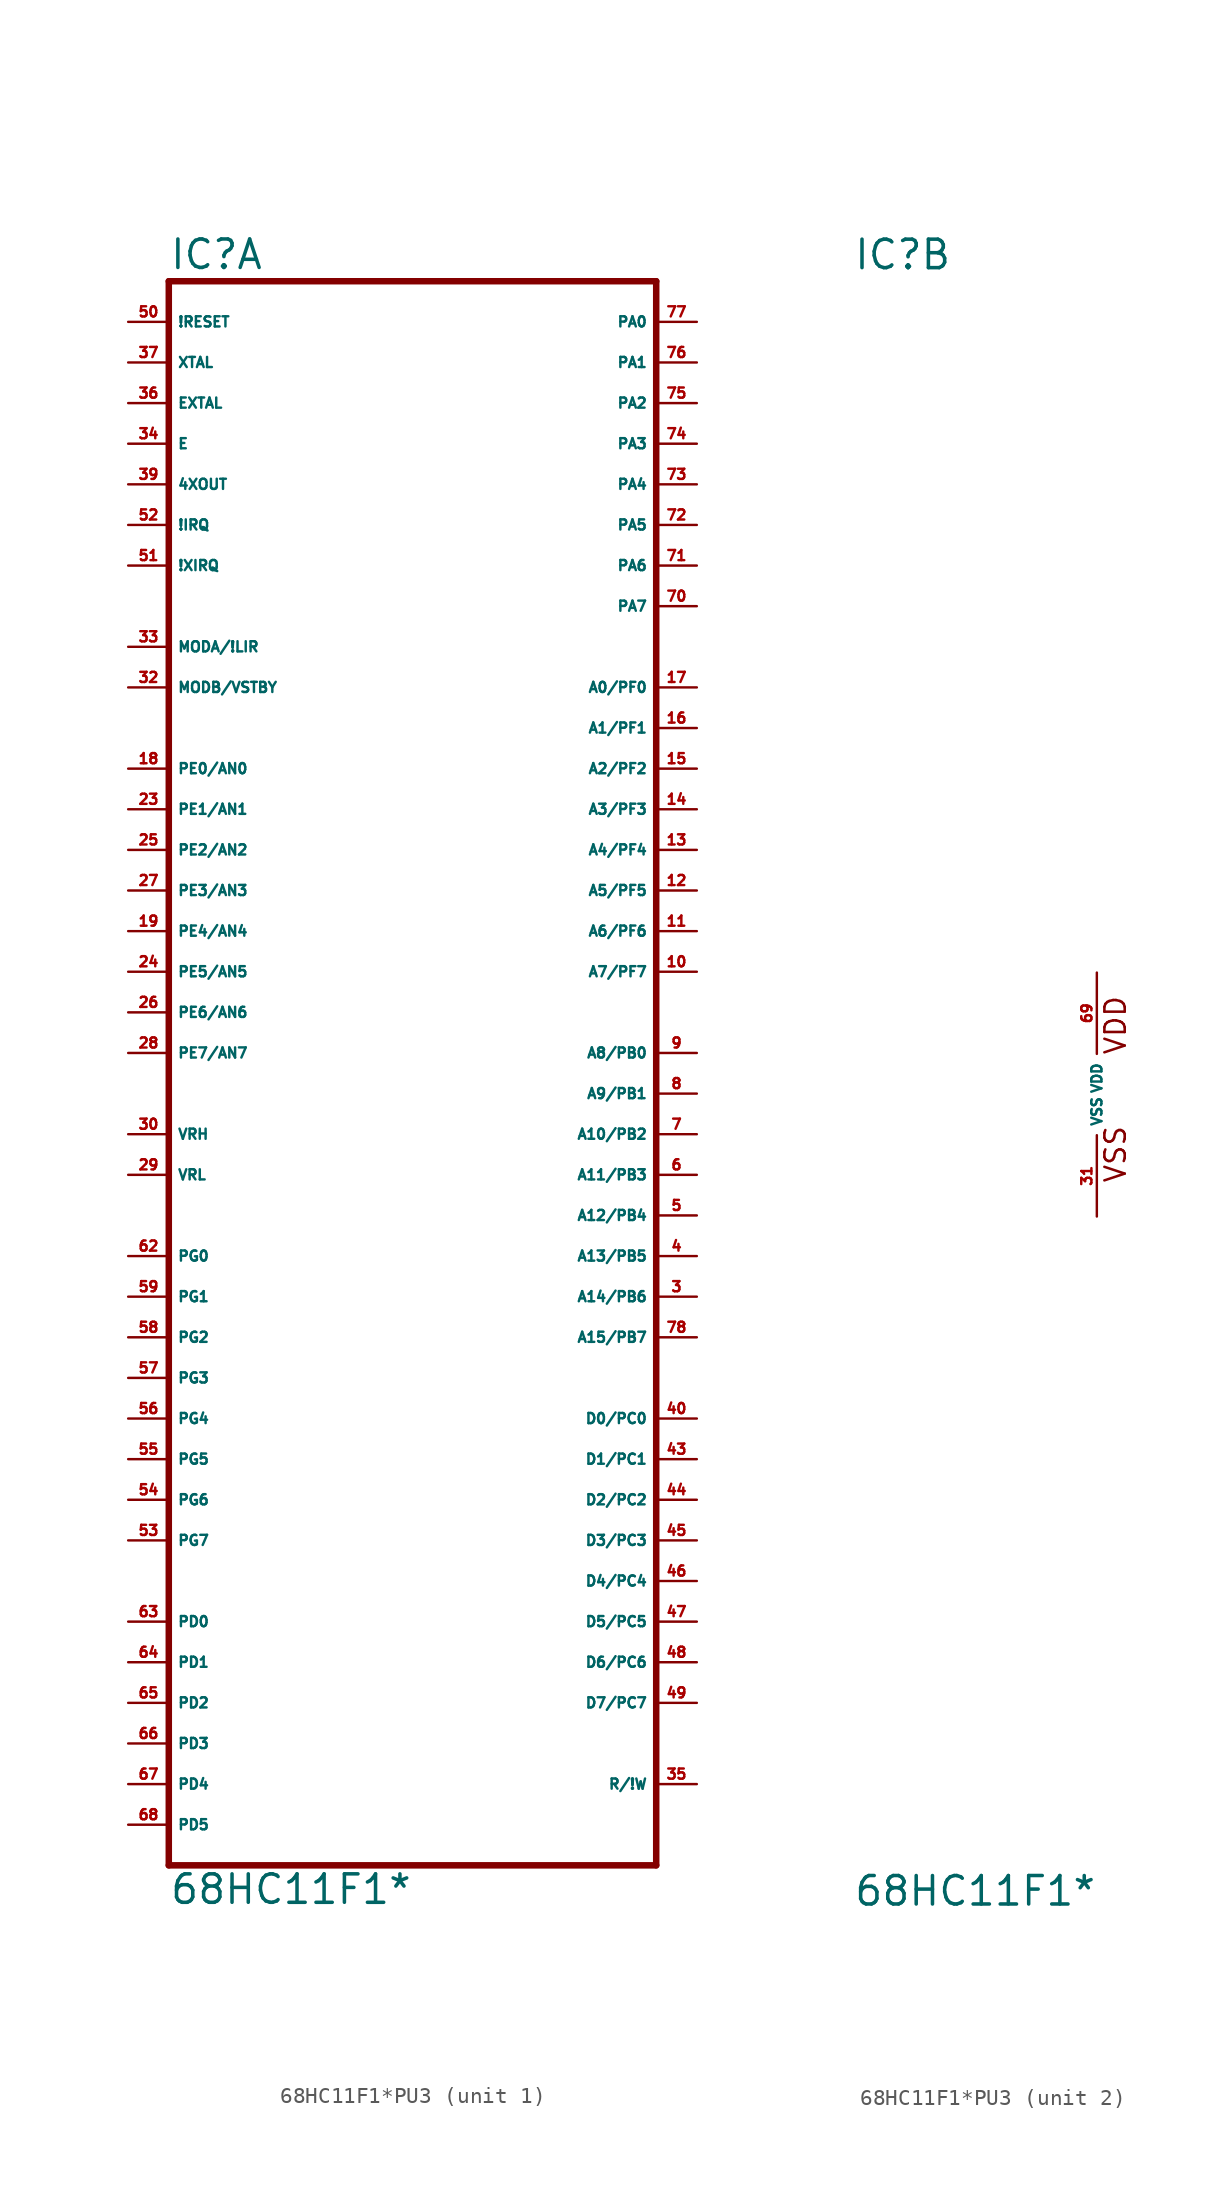
<source format=kicad_sym>
(kicad_symbol_lib
  (version 20220914)
  (generator Eagle2Kicad)
  (symbol "68HC11F1*PU3"
    (property "Reference" "IC"
      (at -15.24 51.435 0)
      (effects (font (size 1.778 1.778) (thickness 0.22)) (justify left bottom)))
    (property "Value" "68HC11F1*"
      (at -15.24 -50.8 0)
      (effects (font (size 1.778 1.778) (thickness 0.22)) (justify left bottom)))
    (symbol "68HC11F1*PU3_1_0"
      (polyline (pts (xy -15.24 -48.26) (xy 15.24 -48.26)) (stroke (width 0.406) (type default)) (fill (type none)))
      (polyline (pts (xy 15.24 -48.26) (xy 15.24 50.8)) (stroke (width 0.406) (type default)) (fill (type none)))
      (polyline (pts (xy 15.24 50.8) (xy -15.24 50.8)) (stroke (width 0.406) (type default)) (fill (type none)))
      (polyline (pts (xy -15.24 50.8) (xy -15.24 -48.26)) (stroke (width 0.406) (type default)) (fill (type none)))
      (pin bidirectional line (at -17.78 27.94 0) (length 2.54) (name "MODA/!LIR" (effects (font (size 0.635 0.635) (thickness 0.08)) (justify left bottom))) (number "33" (effects (font (size 0.635 0.635) (thickness 0.08)) (justify left bottom))))
      (pin output line (at -17.78 40.64 0) (length 2.54) (name "E" (effects (font (size 0.635 0.635) (thickness 0.08)) (justify left bottom))) (number "34" (effects (font (size 0.635 0.635) (thickness 0.08)) (justify left bottom))))
      (pin bidirectional line (at 17.78 -43.18 180) (length 2.54) (name "R/!W" (effects (font (size 0.635 0.635) (thickness 0.08)) (justify left bottom))) (number "35" (effects (font (size 0.635 0.635) (thickness 0.08)) (justify left bottom))))
      (pin input line (at -17.78 43.18 0) (length 2.54) (name "EXTAL" (effects (font (size 0.635 0.635) (thickness 0.08)) (justify left bottom))) (number "36" (effects (font (size 0.635 0.635) (thickness 0.08)) (justify left bottom))))
      (pin output line (at -17.78 45.72 0) (length 2.54) (name "XTAL" (effects (font (size 0.635 0.635) (thickness 0.08)) (justify left bottom))) (number "37" (effects (font (size 0.635 0.635) (thickness 0.08)) (justify left bottom))))
      (pin tri_state line (at 17.78 -20.32 180) (length 2.54) (name "D0/PC0" (effects (font (size 0.635 0.635) (thickness 0.08)) (justify left bottom))) (number "40" (effects (font (size 0.635 0.635) (thickness 0.08)) (justify left bottom))))
      (pin bidirectional line (at -17.78 48.26 0) (length 2.54) (name "!RESET" (effects (font (size 0.635 0.635) (thickness 0.08)) (justify left bottom))) (number "50" (effects (font (size 0.635 0.635) (thickness 0.08)) (justify left bottom))))
      (pin input line (at -17.78 33.02 0) (length 2.54) (name "!XIRQ" (effects (font (size 0.635 0.635) (thickness 0.08)) (justify left bottom))) (number "51" (effects (font (size 0.635 0.635) (thickness 0.08)) (justify left bottom))))
      (pin input line (at -17.78 35.56 0) (length 2.54) (name "!IRQ" (effects (font (size 0.635 0.635) (thickness 0.08)) (justify left bottom))) (number "52" (effects (font (size 0.635 0.635) (thickness 0.08)) (justify left bottom))))
      (pin bidirectional line (at -17.78 -33.02 0) (length 2.54) (name "PD0" (effects (font (size 0.635 0.635) (thickness 0.08)) (justify left bottom))) (number "63" (effects (font (size 0.635 0.635) (thickness 0.08)) (justify left bottom))))
      (pin bidirectional line (at -17.78 -35.56 0) (length 2.54) (name "PD1" (effects (font (size 0.635 0.635) (thickness 0.08)) (justify left bottom))) (number "64" (effects (font (size 0.635 0.635) (thickness 0.08)) (justify left bottom))))
      (pin bidirectional line (at -17.78 -38.1 0) (length 2.54) (name "PD2" (effects (font (size 0.635 0.635) (thickness 0.08)) (justify left bottom))) (number "65" (effects (font (size 0.635 0.635) (thickness 0.08)) (justify left bottom))))
      (pin bidirectional line (at -17.78 -40.64 0) (length 2.54) (name "PD3" (effects (font (size 0.635 0.635) (thickness 0.08)) (justify left bottom))) (number "66" (effects (font (size 0.635 0.635) (thickness 0.08)) (justify left bottom))))
      (pin bidirectional line (at -17.78 -43.18 0) (length 2.54) (name "PD4" (effects (font (size 0.635 0.635) (thickness 0.08)) (justify left bottom))) (number "67" (effects (font (size 0.635 0.635) (thickness 0.08)) (justify left bottom))))
      (pin bidirectional line (at -17.78 -45.72 0) (length 2.54) (name "PD5" (effects (font (size 0.635 0.635) (thickness 0.08)) (justify left bottom))) (number "68" (effects (font (size 0.635 0.635) (thickness 0.08)) (justify left bottom))))
      (pin output line (at 17.78 2.54 180) (length 2.54) (name "A8/PB0" (effects (font (size 0.635 0.635) (thickness 0.08)) (justify left bottom))) (number "9" (effects (font (size 0.635 0.635) (thickness 0.08)) (justify left bottom))))
      (pin bidirectional line (at 17.78 48.26 180) (length 2.54) (name "PA0" (effects (font (size 0.635 0.635) (thickness 0.08)) (justify left bottom))) (number "77" (effects (font (size 0.635 0.635) (thickness 0.08)) (justify left bottom))))
      (pin input line (at -17.78 20.32 0) (length 2.54) (name "PE0/AN0" (effects (font (size 0.635 0.635) (thickness 0.08)) (justify left bottom))) (number "18" (effects (font (size 0.635 0.635) (thickness 0.08)) (justify left bottom))))
      (pin input line (at -17.78 17.78 0) (length 2.54) (name "PE1/AN1" (effects (font (size 0.635 0.635) (thickness 0.08)) (justify left bottom))) (number "23" (effects (font (size 0.635 0.635) (thickness 0.08)) (justify left bottom))))
      (pin input line (at -17.78 15.24 0) (length 2.54) (name "PE2/AN2" (effects (font (size 0.635 0.635) (thickness 0.08)) (justify left bottom))) (number "25" (effects (font (size 0.635 0.635) (thickness 0.08)) (justify left bottom))))
      (pin input line (at -17.78 12.7 0) (length 2.54) (name "PE3/AN3" (effects (font (size 0.635 0.635) (thickness 0.08)) (justify left bottom))) (number "27" (effects (font (size 0.635 0.635) (thickness 0.08)) (justify left bottom))))
      (pin input line (at -17.78 10.16 0) (length 2.54) (name "PE4/AN4" (effects (font (size 0.635 0.635) (thickness 0.08)) (justify left bottom))) (number "19" (effects (font (size 0.635 0.635) (thickness 0.08)) (justify left bottom))))
      (pin input line (at -17.78 7.62 0) (length 2.54) (name "PE5/AN5" (effects (font (size 0.635 0.635) (thickness 0.08)) (justify left bottom))) (number "24" (effects (font (size 0.635 0.635) (thickness 0.08)) (justify left bottom))))
      (pin input line (at -17.78 5.08 0) (length 2.54) (name "PE6/AN6" (effects (font (size 0.635 0.635) (thickness 0.08)) (justify left bottom))) (number "26" (effects (font (size 0.635 0.635) (thickness 0.08)) (justify left bottom))))
      (pin input line (at -17.78 2.54 0) (length 2.54) (name "PE7/AN7" (effects (font (size 0.635 0.635) (thickness 0.08)) (justify left bottom))) (number "28" (effects (font (size 0.635 0.635) (thickness 0.08)) (justify left bottom))))
      (pin input line (at -17.78 -5.08 0) (length 2.54) (name "VRL" (effects (font (size 0.635 0.635) (thickness 0.08)) (justify left bottom))) (number "29" (effects (font (size 0.635 0.635) (thickness 0.08)) (justify left bottom))))
      (pin input line (at -17.78 -2.54 0) (length 2.54) (name "VRH" (effects (font (size 0.635 0.635) (thickness 0.08)) (justify left bottom))) (number "30" (effects (font (size 0.635 0.635) (thickness 0.08)) (justify left bottom))))
      (pin input line (at -17.78 25.4 0) (length 2.54) (name "MODB/VSTBY" (effects (font (size 0.635 0.635) (thickness 0.08)) (justify left bottom))) (number "32" (effects (font (size 0.635 0.635) (thickness 0.08)) (justify left bottom))))
      (pin bidirectional line (at -17.78 -10.16 0) (length 2.54) (name "PG0" (effects (font (size 0.635 0.635) (thickness 0.08)) (justify left bottom))) (number "62" (effects (font (size 0.635 0.635) (thickness 0.08)) (justify left bottom))))
      (pin bidirectional line (at -17.78 -12.7 0) (length 2.54) (name "PG1" (effects (font (size 0.635 0.635) (thickness 0.08)) (justify left bottom))) (number "59" (effects (font (size 0.635 0.635) (thickness 0.08)) (justify left bottom))))
      (pin bidirectional line (at -17.78 -15.24 0) (length 2.54) (name "PG2" (effects (font (size 0.635 0.635) (thickness 0.08)) (justify left bottom))) (number "58" (effects (font (size 0.635 0.635) (thickness 0.08)) (justify left bottom))))
      (pin bidirectional line (at -17.78 -17.78 0) (length 2.54) (name "PG3" (effects (font (size 0.635 0.635) (thickness 0.08)) (justify left bottom))) (number "57" (effects (font (size 0.635 0.635) (thickness 0.08)) (justify left bottom))))
      (pin bidirectional line (at -17.78 -20.32 0) (length 2.54) (name "PG4" (effects (font (size 0.635 0.635) (thickness 0.08)) (justify left bottom))) (number "56" (effects (font (size 0.635 0.635) (thickness 0.08)) (justify left bottom))))
      (pin bidirectional line (at -17.78 -22.86 0) (length 2.54) (name "PG5" (effects (font (size 0.635 0.635) (thickness 0.08)) (justify left bottom))) (number "55" (effects (font (size 0.635 0.635) (thickness 0.08)) (justify left bottom))))
      (pin bidirectional line (at -17.78 -25.4 0) (length 2.54) (name "PG6" (effects (font (size 0.635 0.635) (thickness 0.08)) (justify left bottom))) (number "54" (effects (font (size 0.635 0.635) (thickness 0.08)) (justify left bottom))))
      (pin bidirectional line (at -17.78 -27.94 0) (length 2.54) (name "PG7" (effects (font (size 0.635 0.635) (thickness 0.08)) (justify left bottom))) (number "53" (effects (font (size 0.635 0.635) (thickness 0.08)) (justify left bottom))))
      (pin output line (at -17.78 38.1 0) (length 2.54) (name "4XOUT" (effects (font (size 0.635 0.635) (thickness 0.08)) (justify left bottom))) (number "39" (effects (font (size 0.635 0.635) (thickness 0.08)) (justify left bottom))))
      (pin output line (at 17.78 25.4 180) (length 2.54) (name "A0/PF0" (effects (font (size 0.635 0.635) (thickness 0.08)) (justify left bottom))) (number "17" (effects (font (size 0.635 0.635) (thickness 0.08)) (justify left bottom))))
      (pin output line (at 17.78 22.86 180) (length 2.54) (name "A1/PF1" (effects (font (size 0.635 0.635) (thickness 0.08)) (justify left bottom))) (number "16" (effects (font (size 0.635 0.635) (thickness 0.08)) (justify left bottom))))
      (pin output line (at 17.78 20.32 180) (length 2.54) (name "A2/PF2" (effects (font (size 0.635 0.635) (thickness 0.08)) (justify left bottom))) (number "15" (effects (font (size 0.635 0.635) (thickness 0.08)) (justify left bottom))))
      (pin output line (at 17.78 17.78 180) (length 2.54) (name "A3/PF3" (effects (font (size 0.635 0.635) (thickness 0.08)) (justify left bottom))) (number "14" (effects (font (size 0.635 0.635) (thickness 0.08)) (justify left bottom))))
      (pin output line (at 17.78 15.24 180) (length 2.54) (name "A4/PF4" (effects (font (size 0.635 0.635) (thickness 0.08)) (justify left bottom))) (number "13" (effects (font (size 0.635 0.635) (thickness 0.08)) (justify left bottom))))
      (pin output line (at 17.78 12.7 180) (length 2.54) (name "A5/PF5" (effects (font (size 0.635 0.635) (thickness 0.08)) (justify left bottom))) (number "12" (effects (font (size 0.635 0.635) (thickness 0.08)) (justify left bottom))))
      (pin output line (at 17.78 10.16 180) (length 2.54) (name "A6/PF6" (effects (font (size 0.635 0.635) (thickness 0.08)) (justify left bottom))) (number "11" (effects (font (size 0.635 0.635) (thickness 0.08)) (justify left bottom))))
      (pin output line (at 17.78 7.62 180) (length 2.54) (name "A7/PF7" (effects (font (size 0.635 0.635) (thickness 0.08)) (justify left bottom))) (number "10" (effects (font (size 0.635 0.635) (thickness 0.08)) (justify left bottom))))
      (pin output line (at 17.78 0 180) (length 2.54) (name "A9/PB1" (effects (font (size 0.635 0.635) (thickness 0.08)) (justify left bottom))) (number "8" (effects (font (size 0.635 0.635) (thickness 0.08)) (justify left bottom))))
      (pin output line (at 17.78 -2.54 180) (length 2.54) (name "A10/PB2" (effects (font (size 0.635 0.635) (thickness 0.08)) (justify left bottom))) (number "7" (effects (font (size 0.635 0.635) (thickness 0.08)) (justify left bottom))))
      (pin output line (at 17.78 -5.08 180) (length 2.54) (name "A11/PB3" (effects (font (size 0.635 0.635) (thickness 0.08)) (justify left bottom))) (number "6" (effects (font (size 0.635 0.635) (thickness 0.08)) (justify left bottom))))
      (pin output line (at 17.78 -7.62 180) (length 2.54) (name "A12/PB4" (effects (font (size 0.635 0.635) (thickness 0.08)) (justify left bottom))) (number "5" (effects (font (size 0.635 0.635) (thickness 0.08)) (justify left bottom))))
      (pin output line (at 17.78 -10.16 180) (length 2.54) (name "A13/PB5" (effects (font (size 0.635 0.635) (thickness 0.08)) (justify left bottom))) (number "4" (effects (font (size 0.635 0.635) (thickness 0.08)) (justify left bottom))))
      (pin output line (at 17.78 -12.7 180) (length 2.54) (name "A14/PB6" (effects (font (size 0.635 0.635) (thickness 0.08)) (justify left bottom))) (number "3" (effects (font (size 0.635 0.635) (thickness 0.08)) (justify left bottom))))
      (pin output line (at 17.78 -15.24 180) (length 2.54) (name "A15/PB7" (effects (font (size 0.635 0.635) (thickness 0.08)) (justify left bottom))) (number "78" (effects (font (size 0.635 0.635) (thickness 0.08)) (justify left bottom))))
      (pin bidirectional line (at 17.78 45.72 180) (length 2.54) (name "PA1" (effects (font (size 0.635 0.635) (thickness 0.08)) (justify left bottom))) (number "76" (effects (font (size 0.635 0.635) (thickness 0.08)) (justify left bottom))))
      (pin bidirectional line (at 17.78 43.18 180) (length 2.54) (name "PA2" (effects (font (size 0.635 0.635) (thickness 0.08)) (justify left bottom))) (number "75" (effects (font (size 0.635 0.635) (thickness 0.08)) (justify left bottom))))
      (pin bidirectional line (at 17.78 40.64 180) (length 2.54) (name "PA3" (effects (font (size 0.635 0.635) (thickness 0.08)) (justify left bottom))) (number "74" (effects (font (size 0.635 0.635) (thickness 0.08)) (justify left bottom))))
      (pin bidirectional line (at 17.78 38.1 180) (length 2.54) (name "PA4" (effects (font (size 0.635 0.635) (thickness 0.08)) (justify left bottom))) (number "73" (effects (font (size 0.635 0.635) (thickness 0.08)) (justify left bottom))))
      (pin bidirectional line (at 17.78 35.56 180) (length 2.54) (name "PA5" (effects (font (size 0.635 0.635) (thickness 0.08)) (justify left bottom))) (number "72" (effects (font (size 0.635 0.635) (thickness 0.08)) (justify left bottom))))
      (pin bidirectional line (at 17.78 33.02 180) (length 2.54) (name "PA6" (effects (font (size 0.635 0.635) (thickness 0.08)) (justify left bottom))) (number "71" (effects (font (size 0.635 0.635) (thickness 0.08)) (justify left bottom))))
      (pin bidirectional line (at 17.78 30.48 180) (length 2.54) (name "PA7" (effects (font (size 0.635 0.635) (thickness 0.08)) (justify left bottom))) (number "70" (effects (font (size 0.635 0.635) (thickness 0.08)) (justify left bottom))))
      (pin tri_state line (at 17.78 -22.86 180) (length 2.54) (name "D1/PC1" (effects (font (size 0.635 0.635) (thickness 0.08)) (justify left bottom))) (number "43" (effects (font (size 0.635 0.635) (thickness 0.08)) (justify left bottom))))
      (pin tri_state line (at 17.78 -25.4 180) (length 2.54) (name "D2/PC2" (effects (font (size 0.635 0.635) (thickness 0.08)) (justify left bottom))) (number "44" (effects (font (size 0.635 0.635) (thickness 0.08)) (justify left bottom))))
      (pin tri_state line (at 17.78 -27.94 180) (length 2.54) (name "D3/PC3" (effects (font (size 0.635 0.635) (thickness 0.08)) (justify left bottom))) (number "45" (effects (font (size 0.635 0.635) (thickness 0.08)) (justify left bottom))))
      (pin tri_state line (at 17.78 -30.48 180) (length 2.54) (name "D4/PC4" (effects (font (size 0.635 0.635) (thickness 0.08)) (justify left bottom))) (number "46" (effects (font (size 0.635 0.635) (thickness 0.08)) (justify left bottom))))
      (pin tri_state line (at 17.78 -33.02 180) (length 2.54) (name "D5/PC5" (effects (font (size 0.635 0.635) (thickness 0.08)) (justify left bottom))) (number "47" (effects (font (size 0.635 0.635) (thickness 0.08)) (justify left bottom))))
      (pin tri_state line (at 17.78 -35.56 180) (length 2.54) (name "D6/PC6" (effects (font (size 0.635 0.635) (thickness 0.08)) (justify left bottom))) (number "48" (effects (font (size 0.635 0.635) (thickness 0.08)) (justify left bottom))))
      (pin tri_state line (at 17.78 -38.1 180) (length 2.54) (name "D7/PC7" (effects (font (size 0.635 0.635) (thickness 0.08)) (justify left bottom))) (number "49" (effects (font (size 0.635 0.635) (thickness 0.08)) (justify left bottom)))))
    (symbol "68HC11F1*PU3_2_0"
      (text "VSS" (at 1.905 -5.588 900) (effects (font (size 1.27 1.27) (thickness 0.16)) (justify left bottom)))
      (text "VDD" (at 1.905 2.413 900) (effects (font (size 1.27 1.27) (thickness 0.16)) (justify left bottom)))
      (pin unspecified line (at 0 -7.62 90) (length 5.08) (name "VSS" (effects (font (size 0.635 0.635) (thickness 0.08)) (justify left bottom))) (number "31" (effects (font (size 0.635 0.635) (thickness 0.08)) (justify left bottom))))
      (pin unspecified line (at 0 7.62 270) (length 5.08) (name "VDD" (effects (font (size 0.635 0.635) (thickness 0.08)) (justify left bottom))) (number "69" (effects (font (size 0.635 0.635) (thickness 0.08)) (justify left bottom)))))))
</source>
